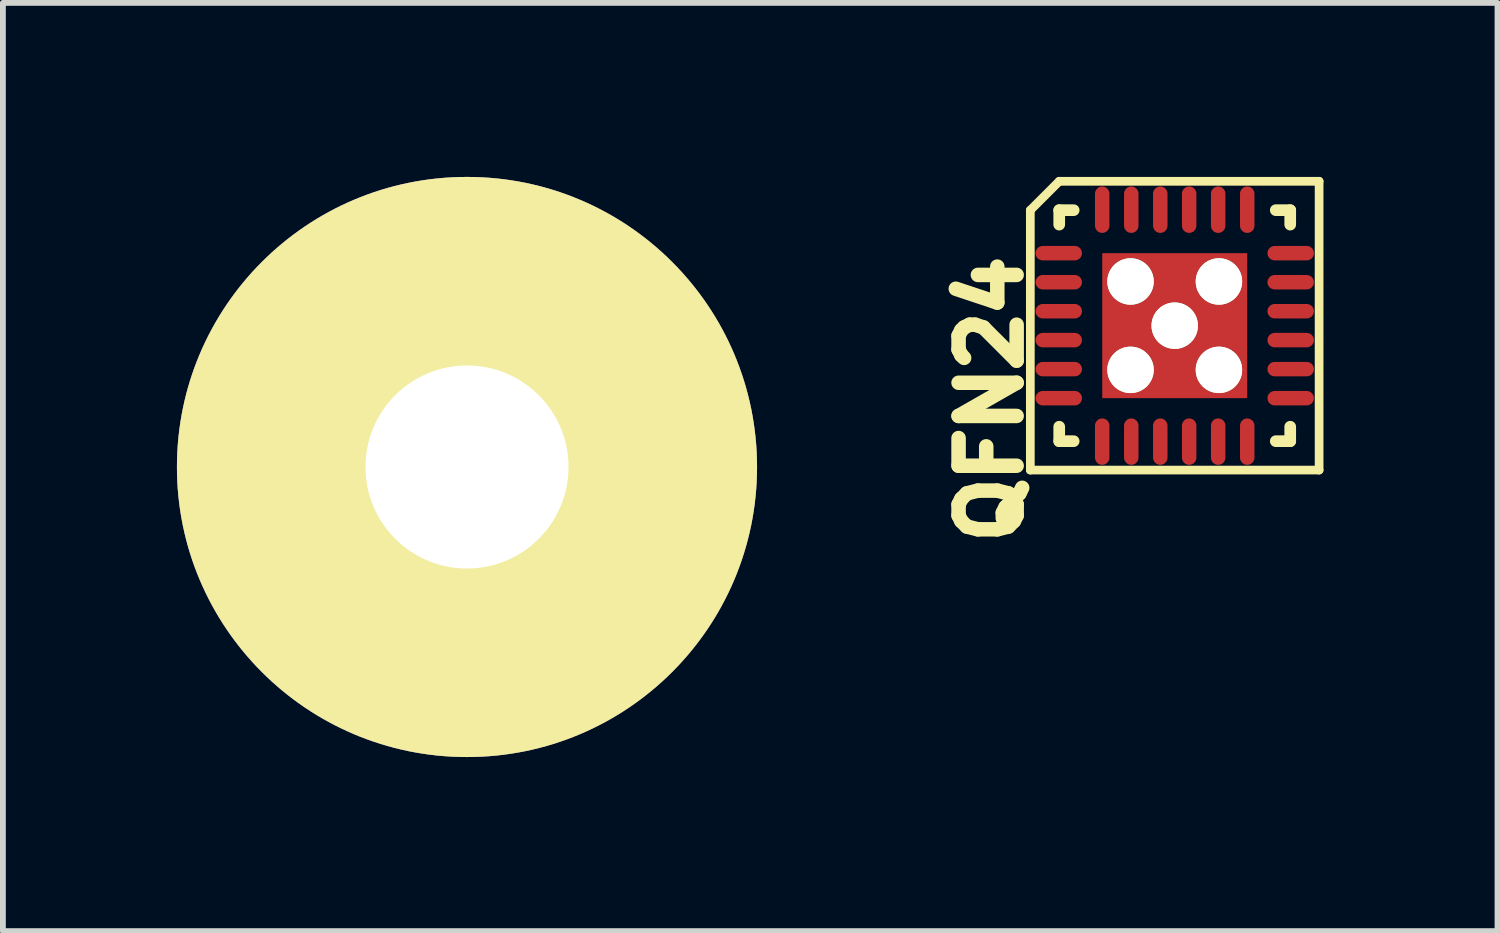
<source format=kicad_pcb>
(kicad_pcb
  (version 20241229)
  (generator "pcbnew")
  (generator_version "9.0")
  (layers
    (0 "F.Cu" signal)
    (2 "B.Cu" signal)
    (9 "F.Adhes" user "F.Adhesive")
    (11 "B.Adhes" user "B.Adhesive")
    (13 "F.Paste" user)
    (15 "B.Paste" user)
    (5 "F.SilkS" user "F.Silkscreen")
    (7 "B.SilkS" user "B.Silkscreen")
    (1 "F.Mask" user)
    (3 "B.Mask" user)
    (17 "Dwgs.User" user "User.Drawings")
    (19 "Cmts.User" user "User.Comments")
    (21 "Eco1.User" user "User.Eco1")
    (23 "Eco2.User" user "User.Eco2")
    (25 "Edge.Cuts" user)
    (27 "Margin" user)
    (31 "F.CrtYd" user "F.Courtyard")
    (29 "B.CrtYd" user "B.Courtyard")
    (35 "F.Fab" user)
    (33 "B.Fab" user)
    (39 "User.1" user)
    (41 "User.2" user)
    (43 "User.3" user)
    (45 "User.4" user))
  (footprint "1pin"
    (layer "F.Cu")
    (at 5 5)
    (property "Reference" "1pin" (at 0 -3.048 0) (layer "F.SilkS") (effects (font (size 1.016 1.016) (thickness 0.254))))
    (attr through_hole)
    (fp_circle (center 0 0) (end 0 -2.286) (stroke (width 0.381) (type solid)) (fill no) (layer "F.SilkS"))
    (pad "scre" thru_hole circle (at 0 0) (size 10 10) (drill 3.5) (layers "*.Cu" "*.Mask" "F.SilkS")))
  (footprint "QFN24"
    (layer "F.Cu")
    (at 17.2 2.564)
    (property "Reference" "QFN24" (at -3.175 1.27 90) (layer "F.SilkS") (effects (font (size 1.001 1.001) (thickness 0.305))))
    (attr through_hole)
    (fp_line (start -2.489 -1.991) (end -2.489 2.489) (stroke (width 0.15) (type solid)) (layer "F.SilkS"))
    (fp_line (start -2.489 -1.991) (end -1.991 -2.489) (stroke (width 0.15) (type solid)) (layer "F.SilkS"))
    (fp_line (start -1.991 -2.489) (end 2.489 -2.489) (stroke (width 0.15) (type solid)) (layer "F.SilkS"))
    (fp_line (start -1.991 -1.991) (end -1.742 -1.991) (stroke (width 0.201) (type solid)) (layer "F.SilkS"))
    (fp_line (start -1.991 -1.742) (end -1.991 -1.991) (stroke (width 0.201) (type solid)) (layer "F.SilkS"))
    (fp_line (start -1.991 1.991) (end -1.991 1.742) (stroke (width 0.201) (type solid)) (layer "F.SilkS"))
    (fp_line (start -1.742 1.991) (end -1.991 1.991) (stroke (width 0.201) (type solid)) (layer "F.SilkS"))
    (fp_line (start 1.742 -1.991) (end 1.991 -1.991) (stroke (width 0.201) (type solid)) (layer "F.SilkS"))
    (fp_line (start 1.991 -1.991) (end 1.991 -1.742) (stroke (width 0.201) (type solid)) (layer "F.SilkS"))
    (fp_line (start 1.991 1.742) (end 1.991 1.991) (stroke (width 0.201) (type solid)) (layer "F.SilkS"))
    (fp_line (start 1.991 1.991) (end 1.742 1.991) (stroke (width 0.201) (type solid)) (layer "F.SilkS"))
    (fp_line (start 2.489 -2.489) (end 2.489 2.489) (stroke (width 0.15) (type solid)) (layer "F.SilkS"))
    (fp_line (start 2.489 2.489) (end -2.489 2.489) (stroke (width 0.15) (type solid)) (layer "F.SilkS"))
    (pad "1" smd oval (at -1.999 -1.25) (size 0.8 0.249) (layers "F.Cu" "F.Mask" "F.Paste"))
    (pad "2" smd oval (at -1.999 -0.749) (size 0.8 0.249) (layers "F.Cu" "F.Mask" "F.Paste"))
    (pad "3" smd oval (at -1.999 -0.249) (size 0.8 0.249) (layers "F.Cu" "F.Mask" "F.Paste"))
    (pad "4" smd oval (at -1.999 0.249) (size 0.8 0.249) (layers "F.Cu" "F.Mask" "F.Paste"))
    (pad "5" smd oval (at -1.999 0.749) (size 0.8 0.249) (layers "F.Cu" "F.Mask" "F.Paste"))
    (pad "6" smd oval (at -1.999 1.25) (size 0.8 0.249) (layers "F.Cu" "F.Mask" "F.Paste"))
    (pad "7" smd oval (at -1.25 1.999 90) (size 0.8 0.249) (layers "F.Cu" "F.Mask" "F.Paste"))
    (pad "8" smd oval (at -0.749 1.999 90) (size 0.8 0.249) (layers "F.Cu" "F.Mask" "F.Paste"))
    (pad "9" smd oval (at -0.249 1.999 90) (size 0.8 0.249) (layers "F.Cu" "F.Mask" "F.Paste"))
    (pad "10" smd oval (at 0.249 1.999 90) (size 0.8 0.249) (layers "F.Cu" "F.Mask" "F.Paste"))
    (pad "11" smd oval (at 0.749 1.999 90) (size 0.8 0.249) (layers "F.Cu" "F.Mask" "F.Paste"))
    (pad "12" smd oval (at 1.25 1.999 90) (size 0.8 0.249) (layers "F.Cu" "F.Mask" "F.Paste"))
    (pad "13" smd oval (at 1.999 1.25 180) (size 0.8 0.249) (layers "F.Cu" "F.Mask" "F.Paste"))
    (pad "14" smd oval (at 1.999 0.749 180) (size 0.8 0.249) (layers "F.Cu" "F.Mask" "F.Paste"))
    (pad "15" smd oval (at 1.999 0.249 180) (size 0.8 0.249) (layers "F.Cu" "F.Mask" "F.Paste"))
    (pad "16" smd oval (at 1.999 -0.249 180) (size 0.8 0.249) (layers "F.Cu" "F.Mask" "F.Paste"))
    (pad "17" smd oval (at 1.999 -0.749 180) (size 0.8 0.249) (layers "F.Cu" "F.Mask" "F.Paste"))
    (pad "18" smd oval (at 1.999 -1.25 180) (size 0.8 0.249) (layers "F.Cu" "F.Mask" "F.Paste"))
    (pad "19" smd oval (at 1.25 -1.999 270) (size 0.8 0.249) (layers "F.Cu" "F.Mask" "F.Paste"))
    (pad "20" smd oval (at 0.749 -1.999 270) (size 0.8 0.249) (layers "F.Cu" "F.Mask" "F.Paste"))
    (pad "21" smd oval (at 0.249 -1.999 270) (size 0.8 0.249) (layers "F.Cu" "F.Mask" "F.Paste"))
    (pad "22" smd oval (at -0.249 -1.999 270) (size 0.8 0.249) (layers "F.Cu" "F.Mask" "F.Paste"))
    (pad "23" smd oval (at -0.749 -1.999 270) (size 0.8 0.249) (layers "F.Cu" "F.Mask" "F.Paste"))
    (pad "24" smd oval (at -1.25 -1.999 270) (size 0.8 0.249) (layers "F.Cu" "F.Mask" "F.Paste"))
    (pad "PP" thru_hole circle (at -0.762 -0.762 270) (size 0.8 0.8) (drill 0.8) (layers "*.Cu" "*.Mask" "F.SilkS"))
    (pad "PP" thru_hole circle (at -0.762 0.762 270) (size 0.8 0.8) (drill 0.8) (layers "*.Cu" "*.Mask" "F.SilkS"))
    (pad "PP" thru_hole circle (at 0 0 270) (size 0.8 0.8) (drill 0.8) (layers "*.Cu" "*.Mask" "F.SilkS"))
    (pad "PP" smd rect (at 0 0 270) (size 2.499 2.499) (layers "F.Cu" "F.Mask" "F.Paste"))
    (pad "PP" thru_hole circle (at 0.762 -0.762 270) (size 0.8 0.8) (drill 0.8) (layers "*.Cu" "*.Mask" "F.SilkS"))
    (pad "PP" thru_hole circle (at 0.762 0.762 270) (size 0.8 0.8) (drill 0.8) (layers "*.Cu" "*.Mask" "F.SilkS")))
  (gr_rect
    (start -3 -3)
    (end 22.764 13)
    (stroke (width 0.1) (type default))
    (fill no)
    (layer "Edge.Cuts")))
</source>
